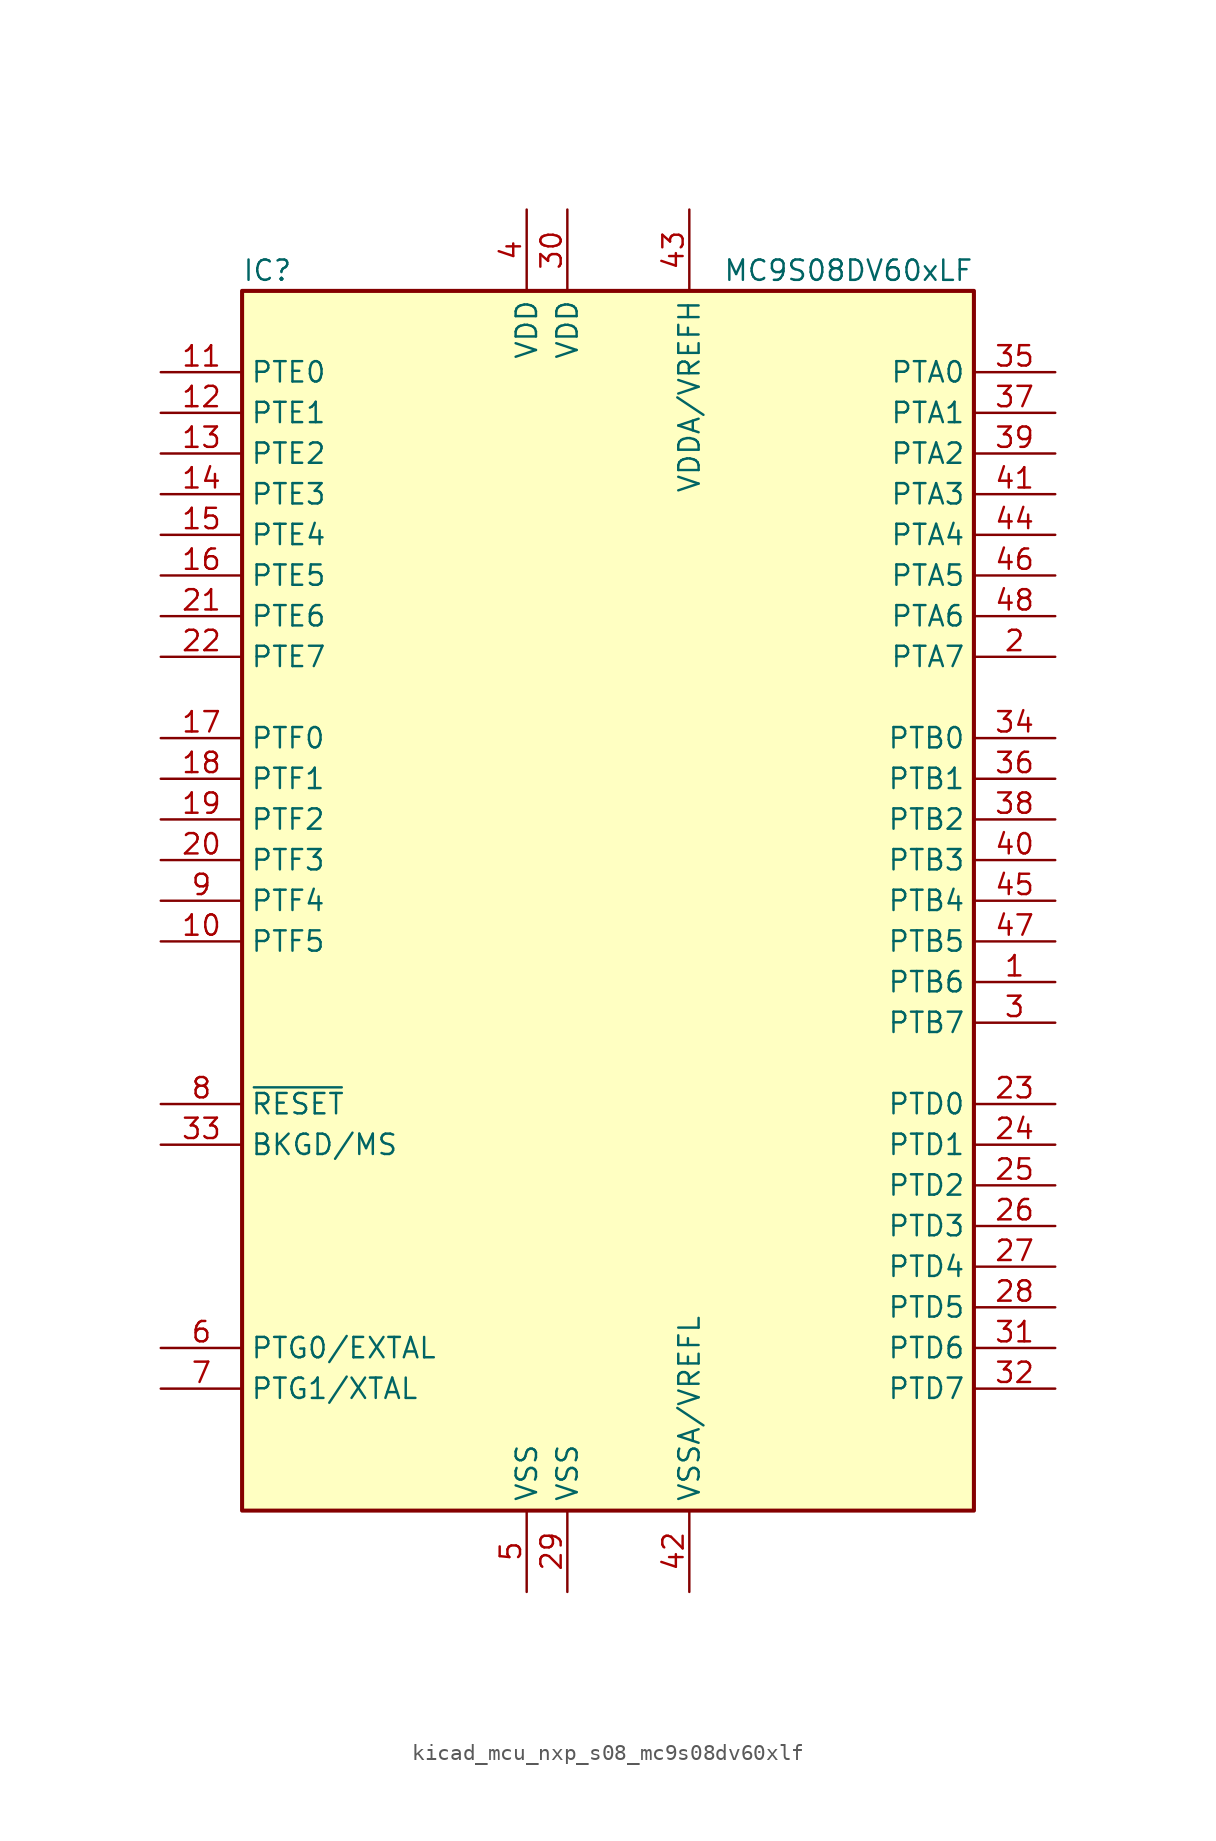
<source format=kicad_sym>
(kicad_symbol_lib
  (version 20220914)
  (generator kicad_symbol_editor)
  (symbol "kicad_mcu_nxp_s08_mc9s08dv60xlf"
    (property "Reference" "IC"
      (at -22.86 39.37 0)
      (effects (font (size 1.27 1.27)) (justify left)))
    (property "Value" "MC9S08DV60xLF"
      (at 22.86 39.37 0)
      (effects (font (size 1.27 1.27)) (justify right)))
    (symbol "kicad_mcu_nxp_s08_mc9s08dv60xlf_0_1"
      (rectangle (start -22.86 38.1) (end 22.86 -38.1) (stroke (width 0.254) (type default)) (fill (type background))))
    (symbol "kicad_mcu_nxp_s08_mc9s08dv60xlf_1_1"
      (pin bidirectional line (at 27.94 -5.08 180) (length 5.08) (name "PTB6" (effects (font (size 1.27 1.27)))) (number "1" (effects (font (size 1.27 1.27)))))
      (pin bidirectional line (at -27.94 -2.54 0) (length 5.08) (name "PTF5" (effects (font (size 1.27 1.27)))) (number "10" (effects (font (size 1.27 1.27)))))
      (pin bidirectional line (at -27.94 33.02 0) (length 5.08) (name "PTE0" (effects (font (size 1.27 1.27)))) (number "11" (effects (font (size 1.27 1.27)))))
      (pin bidirectional line (at -27.94 30.48 0) (length 5.08) (name "PTE1" (effects (font (size 1.27 1.27)))) (number "12" (effects (font (size 1.27 1.27)))))
      (pin bidirectional line (at -27.94 27.94 0) (length 5.08) (name "PTE2" (effects (font (size 1.27 1.27)))) (number "13" (effects (font (size 1.27 1.27)))))
      (pin bidirectional line (at -27.94 25.4 0) (length 5.08) (name "PTE3" (effects (font (size 1.27 1.27)))) (number "14" (effects (font (size 1.27 1.27)))))
      (pin bidirectional line (at -27.94 22.86 0) (length 5.08) (name "PTE4" (effects (font (size 1.27 1.27)))) (number "15" (effects (font (size 1.27 1.27)))))
      (pin bidirectional line (at -27.94 20.32 0) (length 5.08) (name "PTE5" (effects (font (size 1.27 1.27)))) (number "16" (effects (font (size 1.27 1.27)))))
      (pin bidirectional line (at -27.94 10.16 0) (length 5.08) (name "PTF0" (effects (font (size 1.27 1.27)))) (number "17" (effects (font (size 1.27 1.27)))))
      (pin bidirectional line (at -27.94 7.62 0) (length 5.08) (name "PTF1" (effects (font (size 1.27 1.27)))) (number "18" (effects (font (size 1.27 1.27)))))
      (pin bidirectional line (at -27.94 5.08 0) (length 5.08) (name "PTF2" (effects (font (size 1.27 1.27)))) (number "19" (effects (font (size 1.27 1.27)))))
      (pin bidirectional line (at 27.94 15.24 180) (length 5.08) (name "PTA7" (effects (font (size 1.27 1.27)))) (number "2" (effects (font (size 1.27 1.27)))))
      (pin bidirectional line (at -27.94 2.54 0) (length 5.08) (name "PTF3" (effects (font (size 1.27 1.27)))) (number "20" (effects (font (size 1.27 1.27)))))
      (pin bidirectional line (at -27.94 17.78 0) (length 5.08) (name "PTE6" (effects (font (size 1.27 1.27)))) (number "21" (effects (font (size 1.27 1.27)))))
      (pin bidirectional line (at -27.94 15.24 0) (length 5.08) (name "PTE7" (effects (font (size 1.27 1.27)))) (number "22" (effects (font (size 1.27 1.27)))))
      (pin bidirectional line (at 27.94 -12.7 180) (length 5.08) (name "PTD0" (effects (font (size 1.27 1.27)))) (number "23" (effects (font (size 1.27 1.27)))))
      (pin bidirectional line (at 27.94 -15.24 180) (length 5.08) (name "PTD1" (effects (font (size 1.27 1.27)))) (number "24" (effects (font (size 1.27 1.27)))))
      (pin bidirectional line (at 27.94 -17.78 180) (length 5.08) (name "PTD2" (effects (font (size 1.27 1.27)))) (number "25" (effects (font (size 1.27 1.27)))))
      (pin bidirectional line (at 27.94 -20.32 180) (length 5.08) (name "PTD3" (effects (font (size 1.27 1.27)))) (number "26" (effects (font (size 1.27 1.27)))))
      (pin bidirectional line (at 27.94 -22.86 180) (length 5.08) (name "PTD4" (effects (font (size 1.27 1.27)))) (number "27" (effects (font (size 1.27 1.27)))))
      (pin bidirectional line (at 27.94 -25.4 180) (length 5.08) (name "PTD5" (effects (font (size 1.27 1.27)))) (number "28" (effects (font (size 1.27 1.27)))))
      (pin power_in line (at -2.54 -43.18 90) (length 5.08) (name "VSS" (effects (font (size 1.27 1.27)))) (number "29" (effects (font (size 1.27 1.27)))))
      (pin bidirectional line (at 27.94 -7.62 180) (length 5.08) (name "PTB7" (effects (font (size 1.27 1.27)))) (number "3" (effects (font (size 1.27 1.27)))))
      (pin power_in line (at -2.54 43.18 270) (length 5.08) (name "VDD" (effects (font (size 1.27 1.27)))) (number "30" (effects (font (size 1.27 1.27)))))
      (pin bidirectional line (at 27.94 -27.94 180) (length 5.08) (name "PTD6" (effects (font (size 1.27 1.27)))) (number "31" (effects (font (size 1.27 1.27)))))
      (pin bidirectional line (at 27.94 -30.48 180) (length 5.08) (name "PTD7" (effects (font (size 1.27 1.27)))) (number "32" (effects (font (size 1.27 1.27)))))
      (pin bidirectional line (at -27.94 -15.24 0) (length 5.08) (name "BKGD/MS" (effects (font (size 1.27 1.27)))) (number "33" (effects (font (size 1.27 1.27)))))
      (pin bidirectional line (at 27.94 10.16 180) (length 5.08) (name "PTB0" (effects (font (size 1.27 1.27)))) (number "34" (effects (font (size 1.27 1.27)))))
      (pin bidirectional line (at 27.94 33.02 180) (length 5.08) (name "PTA0" (effects (font (size 1.27 1.27)))) (number "35" (effects (font (size 1.27 1.27)))))
      (pin bidirectional line (at 27.94 7.62 180) (length 5.08) (name "PTB1" (effects (font (size 1.27 1.27)))) (number "36" (effects (font (size 1.27 1.27)))))
      (pin bidirectional line (at 27.94 30.48 180) (length 5.08) (name "PTA1" (effects (font (size 1.27 1.27)))) (number "37" (effects (font (size 1.27 1.27)))))
      (pin bidirectional line (at 27.94 5.08 180) (length 5.08) (name "PTB2" (effects (font (size 1.27 1.27)))) (number "38" (effects (font (size 1.27 1.27)))))
      (pin bidirectional line (at 27.94 27.94 180) (length 5.08) (name "PTA2" (effects (font (size 1.27 1.27)))) (number "39" (effects (font (size 1.27 1.27)))))
      (pin power_in line (at -5.08 43.18 270) (length 5.08) (name "VDD" (effects (font (size 1.27 1.27)))) (number "4" (effects (font (size 1.27 1.27)))))
      (pin bidirectional line (at 27.94 2.54 180) (length 5.08) (name "PTB3" (effects (font (size 1.27 1.27)))) (number "40" (effects (font (size 1.27 1.27)))))
      (pin bidirectional line (at 27.94 25.4 180) (length 5.08) (name "PTA3" (effects (font (size 1.27 1.27)))) (number "41" (effects (font (size 1.27 1.27)))))
      (pin power_in line (at 5.08 -43.18 90) (length 5.08) (name "VSSA/VREFL" (effects (font (size 1.27 1.27)))) (number "42" (effects (font (size 1.27 1.27)))))
      (pin power_in line (at 5.08 43.18 270) (length 5.08) (name "VDDA/VREFH" (effects (font (size 1.27 1.27)))) (number "43" (effects (font (size 1.27 1.27)))))
      (pin bidirectional line (at 27.94 22.86 180) (length 5.08) (name "PTA4" (effects (font (size 1.27 1.27)))) (number "44" (effects (font (size 1.27 1.27)))))
      (pin bidirectional line (at 27.94 0 180) (length 5.08) (name "PTB4" (effects (font (size 1.27 1.27)))) (number "45" (effects (font (size 1.27 1.27)))))
      (pin bidirectional line (at 27.94 20.32 180) (length 5.08) (name "PTA5" (effects (font (size 1.27 1.27)))) (number "46" (effects (font (size 1.27 1.27)))))
      (pin bidirectional line (at 27.94 -2.54 180) (length 5.08) (name "PTB5" (effects (font (size 1.27 1.27)))) (number "47" (effects (font (size 1.27 1.27)))))
      (pin bidirectional line (at 27.94 17.78 180) (length 5.08) (name "PTA6" (effects (font (size 1.27 1.27)))) (number "48" (effects (font (size 1.27 1.27)))))
      (pin power_in line (at -5.08 -43.18 90) (length 5.08) (name "VSS" (effects (font (size 1.27 1.27)))) (number "5" (effects (font (size 1.27 1.27)))))
      (pin bidirectional line (at -27.94 -27.94 0) (length 5.08) (name "PTG0/EXTAL" (effects (font (size 1.27 1.27)))) (number "6" (effects (font (size 1.27 1.27)))))
      (pin bidirectional line (at -27.94 -30.48 0) (length 5.08) (name "PTG1/XTAL" (effects (font (size 1.27 1.27)))) (number "7" (effects (font (size 1.27 1.27)))))
      (pin input line (at -27.94 -12.7 0) (length 5.08) (name "~{RESET}" (effects (font (size 1.27 1.27)))) (number "8" (effects (font (size 1.27 1.27)))))
      (pin bidirectional line (at -27.94 0 0) (length 5.08) (name "PTF4" (effects (font (size 1.27 1.27)))) (number "9" (effects (font (size 1.27 1.27))))))))
</source>
